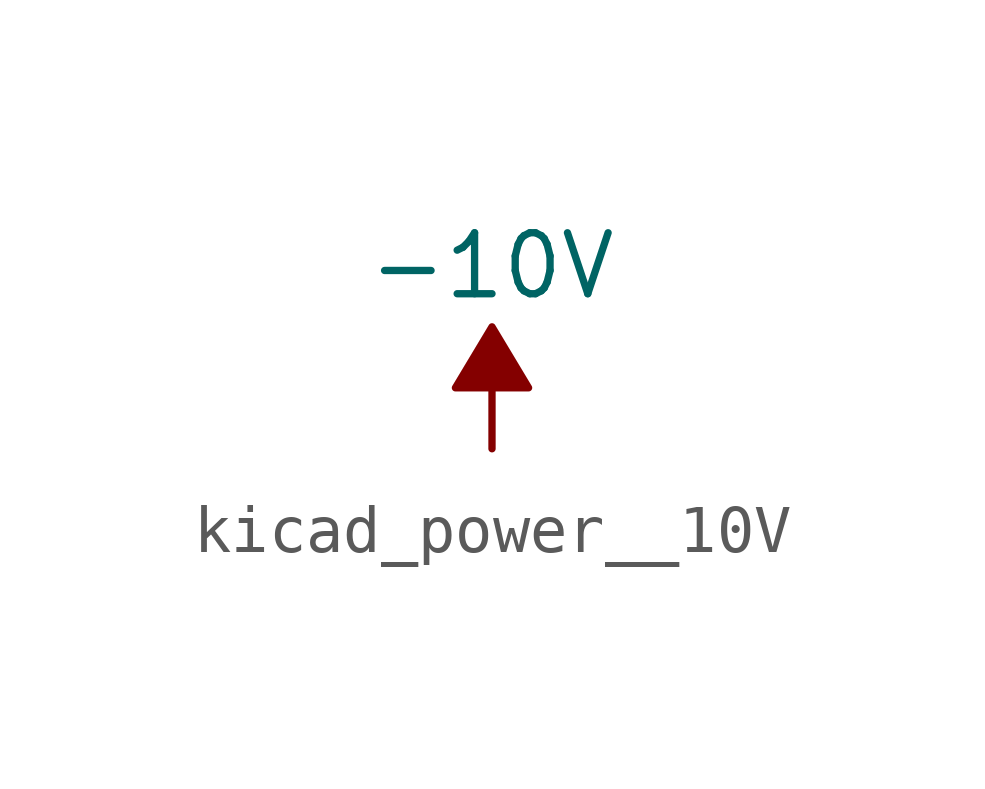
<source format=kicad_sym>
(kicad_symbol_lib
  (version 20220914)
  (generator kicad_symbol_editor)
  (symbol "kicad_power__10V"
    (power)
    (pin_names
      (offset 0))
    (property "Reference" "#PWR"
      (at 0 2.54 0)
      (effects (font (size 1.27 1.27)) hide))
    (property "Value" "-10V"
      (at 0 3.81 0)
      (effects (font (size 1.27 1.27))))
    (symbol "kicad_power__10V_0_0"
      (pin power_in line (at 0 0 90) (length 0) hide (name "-10V" (effects (font (size 1.27 1.27)))) (number "1" (effects (font (size 1.27 1.27))))))
    (symbol "kicad_power__10V_0_1"
      (polyline (pts (xy 0 0) (xy 0 1.27) (xy 0.762 1.27) (xy 0 2.54) (xy -0.762 1.27) (xy 0 1.27)) (stroke (width 0) (type default)) (fill (type outline))))))
</source>
